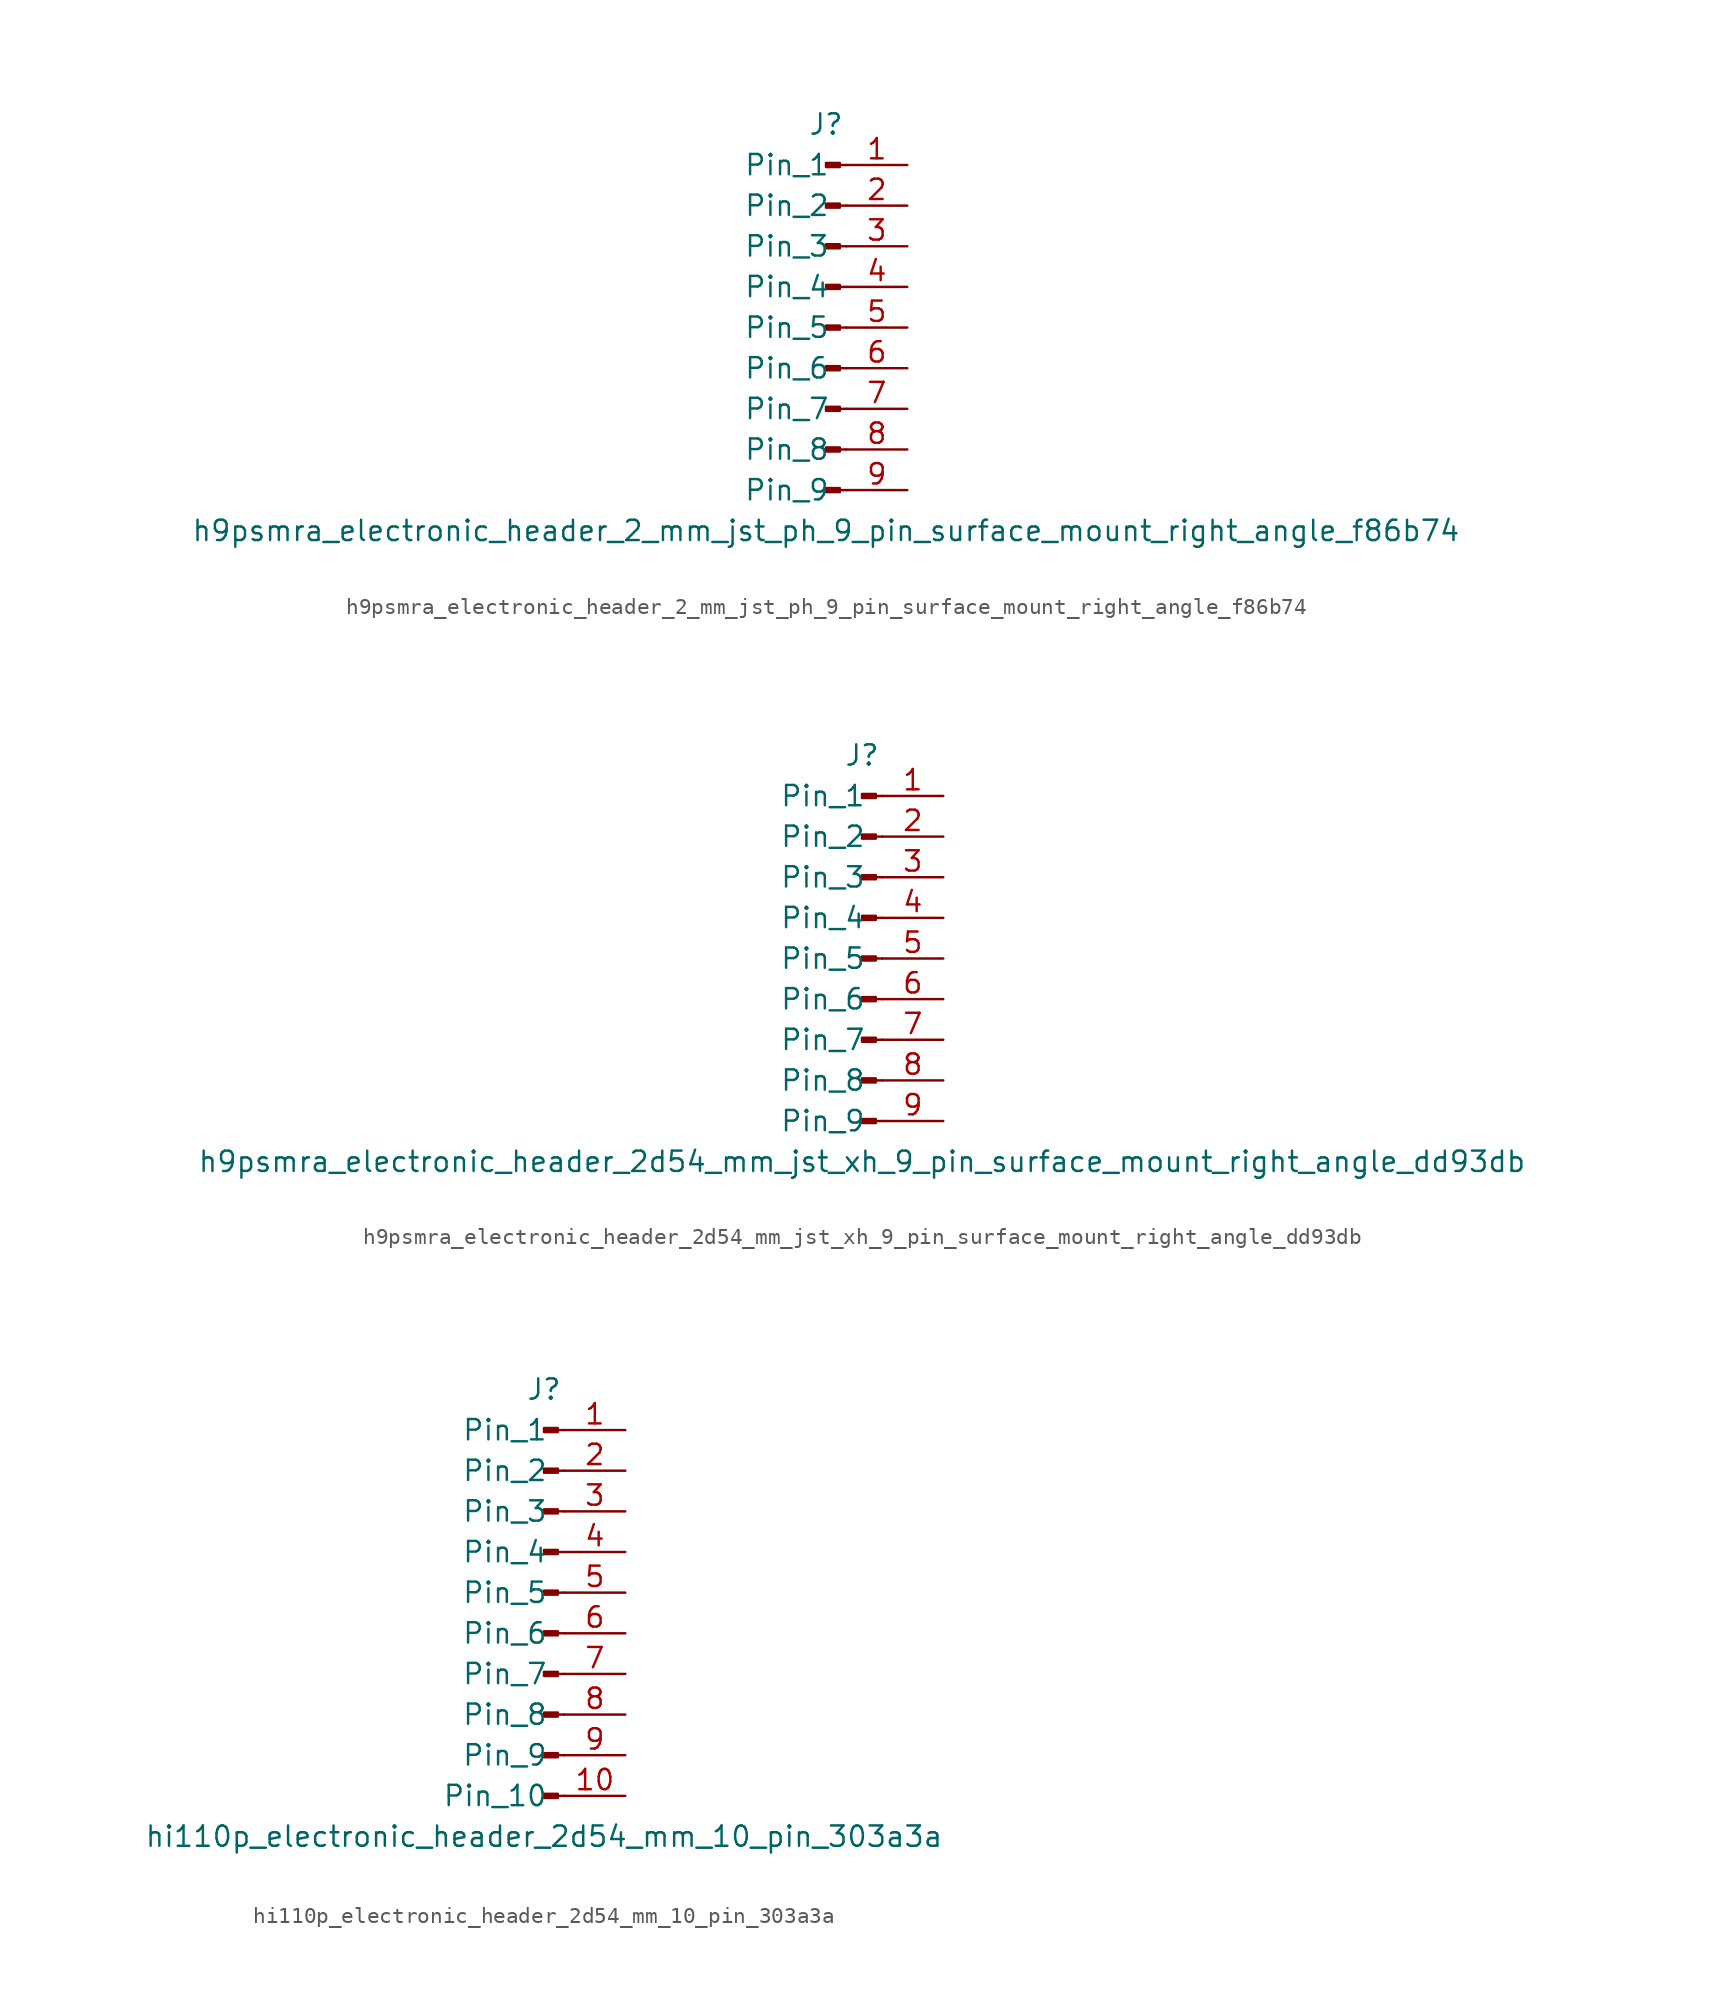
<source format=kicad_sym>
(kicad_symbol_lib
  (version 20220914)
  (generator kicad_symbol_editor)
  (symbol "h9psmra_electronic_header_2_mm_jst_ph_9_pin_surface_mount_right_angle_f86b74"
    (pin_names
      (offset 1.016))
    (property "Reference" "J"
      (at 0 12.7 0)
      (effects (font (size 1.27 1.27))))
    (property "Value" "h9psmra_electronic_header_2_mm_jst_ph_9_pin_surface_mount_right_angle_f86b74"
      (at 0 -12.7 0)
      (effects (font (size 1.27 1.27))))
    (property "ki_locked" ""
      (at 0 0 0)
      (effects (font (size 1.27 1.27))))
    (symbol "h9psmra_electronic_header_2_mm_jst_ph_9_pin_surface_mount_right_angle_f86b74_1_1"
      (polyline (pts (xy 1.27 -10.16) (xy 0.864 -10.16)) (stroke (width 0.152) (type default)) (fill (type none)))
      (polyline (pts (xy 1.27 -7.62) (xy 0.864 -7.62)) (stroke (width 0.152) (type default)) (fill (type none)))
      (polyline (pts (xy 1.27 -5.08) (xy 0.864 -5.08)) (stroke (width 0.152) (type default)) (fill (type none)))
      (polyline (pts (xy 1.27 -2.54) (xy 0.864 -2.54)) (stroke (width 0.152) (type default)) (fill (type none)))
      (polyline (pts (xy 1.27 0) (xy 0.864 0)) (stroke (width 0.152) (type default)) (fill (type none)))
      (polyline (pts (xy 1.27 2.54) (xy 0.864 2.54)) (stroke (width 0.152) (type default)) (fill (type none)))
      (polyline (pts (xy 1.27 5.08) (xy 0.864 5.08)) (stroke (width 0.152) (type default)) (fill (type none)))
      (polyline (pts (xy 1.27 7.62) (xy 0.864 7.62)) (stroke (width 0.152) (type default)) (fill (type none)))
      (polyline (pts (xy 1.27 10.16) (xy 0.864 10.16)) (stroke (width 0.152) (type default)) (fill (type none)))
      (rectangle (start 0.864 -10.033) (end 0 -10.287) (stroke (width 0.152) (type default)) (fill (type outline)))
      (rectangle (start 0.864 -7.493) (end 0 -7.747) (stroke (width 0.152) (type default)) (fill (type outline)))
      (rectangle (start 0.864 -4.953) (end 0 -5.207) (stroke (width 0.152) (type default)) (fill (type outline)))
      (rectangle (start 0.864 -2.413) (end 0 -2.667) (stroke (width 0.152) (type default)) (fill (type outline)))
      (rectangle (start 0.864 0.127) (end 0 -0.127) (stroke (width 0.152) (type default)) (fill (type outline)))
      (rectangle (start 0.864 2.667) (end 0 2.413) (stroke (width 0.152) (type default)) (fill (type outline)))
      (rectangle (start 0.864 5.207) (end 0 4.953) (stroke (width 0.152) (type default)) (fill (type outline)))
      (rectangle (start 0.864 7.747) (end 0 7.493) (stroke (width 0.152) (type default)) (fill (type outline)))
      (rectangle (start 0.864 10.287) (end 0 10.033) (stroke (width 0.152) (type default)) (fill (type outline)))
      (pin passive line (at 5.08 10.16 180) (length 3.81) (name "Pin_1" (effects (font (size 1.27 1.27)))) (number "1" (effects (font (size 1.27 1.27)))))
      (pin passive line (at 5.08 7.62 180) (length 3.81) (name "Pin_2" (effects (font (size 1.27 1.27)))) (number "2" (effects (font (size 1.27 1.27)))))
      (pin passive line (at 5.08 5.08 180) (length 3.81) (name "Pin_3" (effects (font (size 1.27 1.27)))) (number "3" (effects (font (size 1.27 1.27)))))
      (pin passive line (at 5.08 2.54 180) (length 3.81) (name "Pin_4" (effects (font (size 1.27 1.27)))) (number "4" (effects (font (size 1.27 1.27)))))
      (pin passive line (at 5.08 0 180) (length 3.81) (name "Pin_5" (effects (font (size 1.27 1.27)))) (number "5" (effects (font (size 1.27 1.27)))))
      (pin passive line (at 5.08 -2.54 180) (length 3.81) (name "Pin_6" (effects (font (size 1.27 1.27)))) (number "6" (effects (font (size 1.27 1.27)))))
      (pin passive line (at 5.08 -5.08 180) (length 3.81) (name "Pin_7" (effects (font (size 1.27 1.27)))) (number "7" (effects (font (size 1.27 1.27)))))
      (pin passive line (at 5.08 -7.62 180) (length 3.81) (name "Pin_8" (effects (font (size 1.27 1.27)))) (number "8" (effects (font (size 1.27 1.27)))))
      (pin passive line (at 5.08 -10.16 180) (length 3.81) (name "Pin_9" (effects (font (size 1.27 1.27)))) (number "9" (effects (font (size 1.27 1.27)))))))
  (symbol "h9psmra_electronic_header_2d54_mm_jst_xh_9_pin_surface_mount_right_angle_dd93db"
    (pin_names
      (offset 1.016))
    (property "Reference" "J"
      (at 0 12.7 0)
      (effects (font (size 1.27 1.27))))
    (property "Value" "h9psmra_electronic_header_2d54_mm_jst_xh_9_pin_surface_mount_right_angle_dd93db"
      (at 0 -12.7 0)
      (effects (font (size 1.27 1.27))))
    (property "ki_locked" ""
      (at 0 0 0)
      (effects (font (size 1.27 1.27))))
    (symbol "h9psmra_electronic_header_2d54_mm_jst_xh_9_pin_surface_mount_right_angle_dd93db_1_1"
      (polyline (pts (xy 1.27 -10.16) (xy 0.864 -10.16)) (stroke (width 0.152) (type default)) (fill (type none)))
      (polyline (pts (xy 1.27 -7.62) (xy 0.864 -7.62)) (stroke (width 0.152) (type default)) (fill (type none)))
      (polyline (pts (xy 1.27 -5.08) (xy 0.864 -5.08)) (stroke (width 0.152) (type default)) (fill (type none)))
      (polyline (pts (xy 1.27 -2.54) (xy 0.864 -2.54)) (stroke (width 0.152) (type default)) (fill (type none)))
      (polyline (pts (xy 1.27 0) (xy 0.864 0)) (stroke (width 0.152) (type default)) (fill (type none)))
      (polyline (pts (xy 1.27 2.54) (xy 0.864 2.54)) (stroke (width 0.152) (type default)) (fill (type none)))
      (polyline (pts (xy 1.27 5.08) (xy 0.864 5.08)) (stroke (width 0.152) (type default)) (fill (type none)))
      (polyline (pts (xy 1.27 7.62) (xy 0.864 7.62)) (stroke (width 0.152) (type default)) (fill (type none)))
      (polyline (pts (xy 1.27 10.16) (xy 0.864 10.16)) (stroke (width 0.152) (type default)) (fill (type none)))
      (rectangle (start 0.864 -10.033) (end 0 -10.287) (stroke (width 0.152) (type default)) (fill (type outline)))
      (rectangle (start 0.864 -7.493) (end 0 -7.747) (stroke (width 0.152) (type default)) (fill (type outline)))
      (rectangle (start 0.864 -4.953) (end 0 -5.207) (stroke (width 0.152) (type default)) (fill (type outline)))
      (rectangle (start 0.864 -2.413) (end 0 -2.667) (stroke (width 0.152) (type default)) (fill (type outline)))
      (rectangle (start 0.864 0.127) (end 0 -0.127) (stroke (width 0.152) (type default)) (fill (type outline)))
      (rectangle (start 0.864 2.667) (end 0 2.413) (stroke (width 0.152) (type default)) (fill (type outline)))
      (rectangle (start 0.864 5.207) (end 0 4.953) (stroke (width 0.152) (type default)) (fill (type outline)))
      (rectangle (start 0.864 7.747) (end 0 7.493) (stroke (width 0.152) (type default)) (fill (type outline)))
      (rectangle (start 0.864 10.287) (end 0 10.033) (stroke (width 0.152) (type default)) (fill (type outline)))
      (pin passive line (at 5.08 10.16 180) (length 3.81) (name "Pin_1" (effects (font (size 1.27 1.27)))) (number "1" (effects (font (size 1.27 1.27)))))
      (pin passive line (at 5.08 7.62 180) (length 3.81) (name "Pin_2" (effects (font (size 1.27 1.27)))) (number "2" (effects (font (size 1.27 1.27)))))
      (pin passive line (at 5.08 5.08 180) (length 3.81) (name "Pin_3" (effects (font (size 1.27 1.27)))) (number "3" (effects (font (size 1.27 1.27)))))
      (pin passive line (at 5.08 2.54 180) (length 3.81) (name "Pin_4" (effects (font (size 1.27 1.27)))) (number "4" (effects (font (size 1.27 1.27)))))
      (pin passive line (at 5.08 0 180) (length 3.81) (name "Pin_5" (effects (font (size 1.27 1.27)))) (number "5" (effects (font (size 1.27 1.27)))))
      (pin passive line (at 5.08 -2.54 180) (length 3.81) (name "Pin_6" (effects (font (size 1.27 1.27)))) (number "6" (effects (font (size 1.27 1.27)))))
      (pin passive line (at 5.08 -5.08 180) (length 3.81) (name "Pin_7" (effects (font (size 1.27 1.27)))) (number "7" (effects (font (size 1.27 1.27)))))
      (pin passive line (at 5.08 -7.62 180) (length 3.81) (name "Pin_8" (effects (font (size 1.27 1.27)))) (number "8" (effects (font (size 1.27 1.27)))))
      (pin passive line (at 5.08 -10.16 180) (length 3.81) (name "Pin_9" (effects (font (size 1.27 1.27)))) (number "9" (effects (font (size 1.27 1.27)))))))
  (symbol "hi110p_electronic_header_2d54_mm_10_pin_303a3a"
    (pin_names
      (offset 1.016))
    (property "Reference" "J"
      (at 0 12.7 0)
      (effects (font (size 1.27 1.27))))
    (property "Value" "hi110p_electronic_header_2d54_mm_10_pin_303a3a"
      (at 0 -15.24 0)
      (effects (font (size 1.27 1.27))))
    (property "ki_locked" ""
      (at 0 0 0)
      (effects (font (size 1.27 1.27))))
    (symbol "hi110p_electronic_header_2d54_mm_10_pin_303a3a_1_1"
      (polyline (pts (xy 1.27 -12.7) (xy 0.864 -12.7)) (stroke (width 0.152) (type default)) (fill (type none)))
      (polyline (pts (xy 1.27 -10.16) (xy 0.864 -10.16)) (stroke (width 0.152) (type default)) (fill (type none)))
      (polyline (pts (xy 1.27 -7.62) (xy 0.864 -7.62)) (stroke (width 0.152) (type default)) (fill (type none)))
      (polyline (pts (xy 1.27 -5.08) (xy 0.864 -5.08)) (stroke (width 0.152) (type default)) (fill (type none)))
      (polyline (pts (xy 1.27 -2.54) (xy 0.864 -2.54)) (stroke (width 0.152) (type default)) (fill (type none)))
      (polyline (pts (xy 1.27 0) (xy 0.864 0)) (stroke (width 0.152) (type default)) (fill (type none)))
      (polyline (pts (xy 1.27 2.54) (xy 0.864 2.54)) (stroke (width 0.152) (type default)) (fill (type none)))
      (polyline (pts (xy 1.27 5.08) (xy 0.864 5.08)) (stroke (width 0.152) (type default)) (fill (type none)))
      (polyline (pts (xy 1.27 7.62) (xy 0.864 7.62)) (stroke (width 0.152) (type default)) (fill (type none)))
      (polyline (pts (xy 1.27 10.16) (xy 0.864 10.16)) (stroke (width 0.152) (type default)) (fill (type none)))
      (rectangle (start 0.864 -12.573) (end 0 -12.827) (stroke (width 0.152) (type default)) (fill (type outline)))
      (rectangle (start 0.864 -10.033) (end 0 -10.287) (stroke (width 0.152) (type default)) (fill (type outline)))
      (rectangle (start 0.864 -7.493) (end 0 -7.747) (stroke (width 0.152) (type default)) (fill (type outline)))
      (rectangle (start 0.864 -4.953) (end 0 -5.207) (stroke (width 0.152) (type default)) (fill (type outline)))
      (rectangle (start 0.864 -2.413) (end 0 -2.667) (stroke (width 0.152) (type default)) (fill (type outline)))
      (rectangle (start 0.864 0.127) (end 0 -0.127) (stroke (width 0.152) (type default)) (fill (type outline)))
      (rectangle (start 0.864 2.667) (end 0 2.413) (stroke (width 0.152) (type default)) (fill (type outline)))
      (rectangle (start 0.864 5.207) (end 0 4.953) (stroke (width 0.152) (type default)) (fill (type outline)))
      (rectangle (start 0.864 7.747) (end 0 7.493) (stroke (width 0.152) (type default)) (fill (type outline)))
      (rectangle (start 0.864 10.287) (end 0 10.033) (stroke (width 0.152) (type default)) (fill (type outline)))
      (pin passive line (at 5.08 10.16 180) (length 3.81) (name "Pin_1" (effects (font (size 1.27 1.27)))) (number "1" (effects (font (size 1.27 1.27)))))
      (pin passive line (at 5.08 -12.7 180) (length 3.81) (name "Pin_10" (effects (font (size 1.27 1.27)))) (number "10" (effects (font (size 1.27 1.27)))))
      (pin passive line (at 5.08 7.62 180) (length 3.81) (name "Pin_2" (effects (font (size 1.27 1.27)))) (number "2" (effects (font (size 1.27 1.27)))))
      (pin passive line (at 5.08 5.08 180) (length 3.81) (name "Pin_3" (effects (font (size 1.27 1.27)))) (number "3" (effects (font (size 1.27 1.27)))))
      (pin passive line (at 5.08 2.54 180) (length 3.81) (name "Pin_4" (effects (font (size 1.27 1.27)))) (number "4" (effects (font (size 1.27 1.27)))))
      (pin passive line (at 5.08 0 180) (length 3.81) (name "Pin_5" (effects (font (size 1.27 1.27)))) (number "5" (effects (font (size 1.27 1.27)))))
      (pin passive line (at 5.08 -2.54 180) (length 3.81) (name "Pin_6" (effects (font (size 1.27 1.27)))) (number "6" (effects (font (size 1.27 1.27)))))
      (pin passive line (at 5.08 -5.08 180) (length 3.81) (name "Pin_7" (effects (font (size 1.27 1.27)))) (number "7" (effects (font (size 1.27 1.27)))))
      (pin passive line (at 5.08 -7.62 180) (length 3.81) (name "Pin_8" (effects (font (size 1.27 1.27)))) (number "8" (effects (font (size 1.27 1.27)))))
      (pin passive line (at 5.08 -10.16 180) (length 3.81) (name "Pin_9" (effects (font (size 1.27 1.27)))) (number "9" (effects (font (size 1.27 1.27))))))))
</source>
